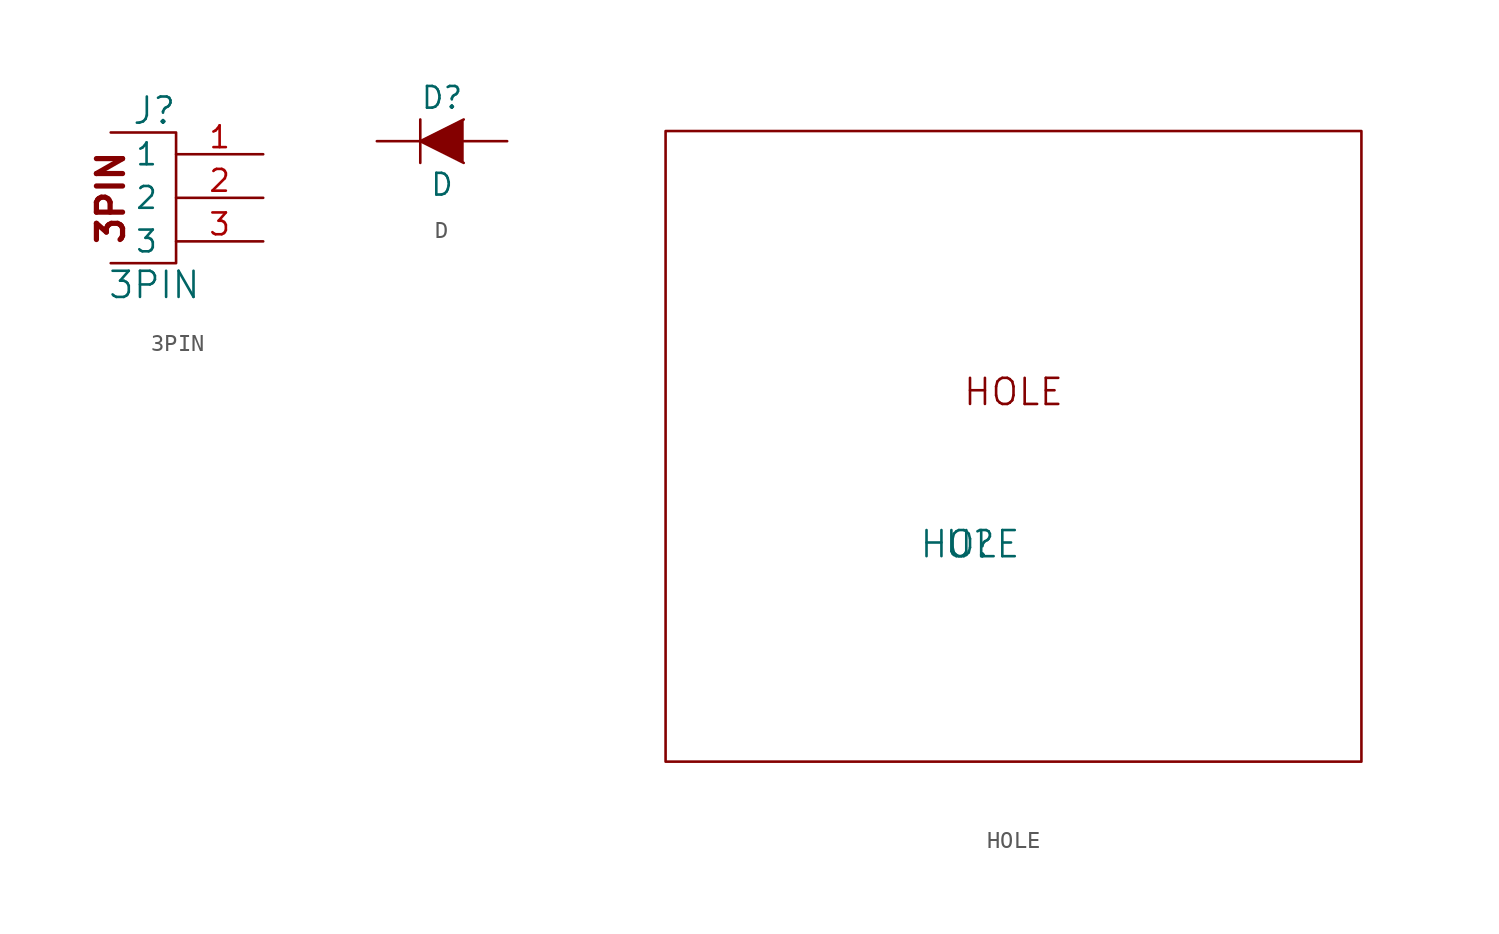
<source format=kicad_sym>
(kicad_symbol_lib
  (version 20211014)
  (generator kicad_symbol_editor)
  (symbol "3PIN"
    (pin_names
      (offset 1.016))
    (property "Reference" "J"
      (at -1.27 5.08 0)
      (effects (font (size 1.524 1.524))))
    (property "Value" "3PIN"
      (at -1.27 -5.08 0)
      (effects (font (size 1.524 1.524))))
    (property "Footprint" ""
      (at 0 0 0)
      (effects (font (size 1.524 1.524))))
    (property "Datasheet" ""
      (at 0 0 0)
      (effects (font (size 1.524 1.524))))
    (symbol "3PIN_0_0"
      (text "3PIN" (at -3.81 0 900) (effects (font (size 1.524 1.524) bold))))
    (symbol "3PIN_0_1"
      (polyline (pts (xy -3.81 3.81) (xy 0 3.81) (xy 0 -3.81) (xy -3.81 -3.81)) (stroke (width 0) (type default) (color 0 0 0 0)) (fill (type none))))
    (symbol "3PIN_1_1"
      (pin input line (at 5.08 2.54 180) (length 5.08) (name "1" (effects (font (size 1.27 1.27)))) (number "1" (effects (font (size 1.27 1.27)))))
      (pin power_in line (at 5.08 0 180) (length 5.08) (name "2" (effects (font (size 1.27 1.27)))) (number "2" (effects (font (size 1.27 1.27)))))
      (pin output line (at 5.08 -2.54 180) (length 5.08) (name "3" (effects (font (size 1.27 1.27)))) (number "3" (effects (font (size 1.27 1.27)))))))
  (symbol "D"
    (pin_numbers hide)
    (pin_names
      (offset 1.016) hide)
    (property "Reference" "D"
      (at 0 2.54 0)
      (effects (font (size 1.27 1.27))))
    (property "Value" "D"
      (at 0 -2.54 0)
      (effects (font (size 1.27 1.27))))
    (property "Footprint" ""
      (at 0 0 0)
      (effects (font (size 1.27 1.27))))
    (property "Datasheet" ""
      (at 0 0 0)
      (effects (font (size 1.27 1.27))))
    (symbol "D_0_1"
      (polyline (pts (xy -1.27 1.27) (xy -1.27 -1.27)) (stroke (width 0.152) (type default) (color 0 0 0 0)) (fill (type none)))
      (polyline (pts (xy 1.27 1.27) (xy -1.27 0) (xy 1.27 -1.27)) (stroke (width 0) (type default) (color 0 0 0 0)) (fill (type outline))))
    (symbol "D_1_1"
      (pin passive line (at -3.81 0 0) (length 2.54) (name "K" (effects (font (size 1.27 1.27)))) (number "1" (effects (font (size 1.27 1.27)))))
      (pin passive line (at 3.81 0 180) (length 2.54) (name "A" (effects (font (size 1.27 1.27)))) (number "2" (effects (font (size 1.27 1.27)))))))
  (symbol "HOLE"
    (pin_names
      (offset 1.016))
    (property "Reference" "U"
      (at 0 0 0)
      (effects (font (size 1.524 1.524))))
    (property "Value" "HOLE"
      (at 0 0 0)
      (effects (font (size 1.524 1.524))))
    (property "Footprint" ""
      (at 0 0 0)
      (effects (font (size 1.524 1.524))))
    (property "Datasheet" ""
      (at 0 0 0)
      (effects (font (size 1.524 1.524))))
    (symbol "HOLE_0_0"
      (text "HOLE" (at 2.54 8.89 0) (effects (font (size 1.524 1.524)))))
    (symbol "HOLE_0_1"
      (rectangle (start -17.78 24.13) (end 22.86 -12.7) (stroke (width 0) (type default) (color 0 0 0 0)) (fill (type none))))))
</source>
